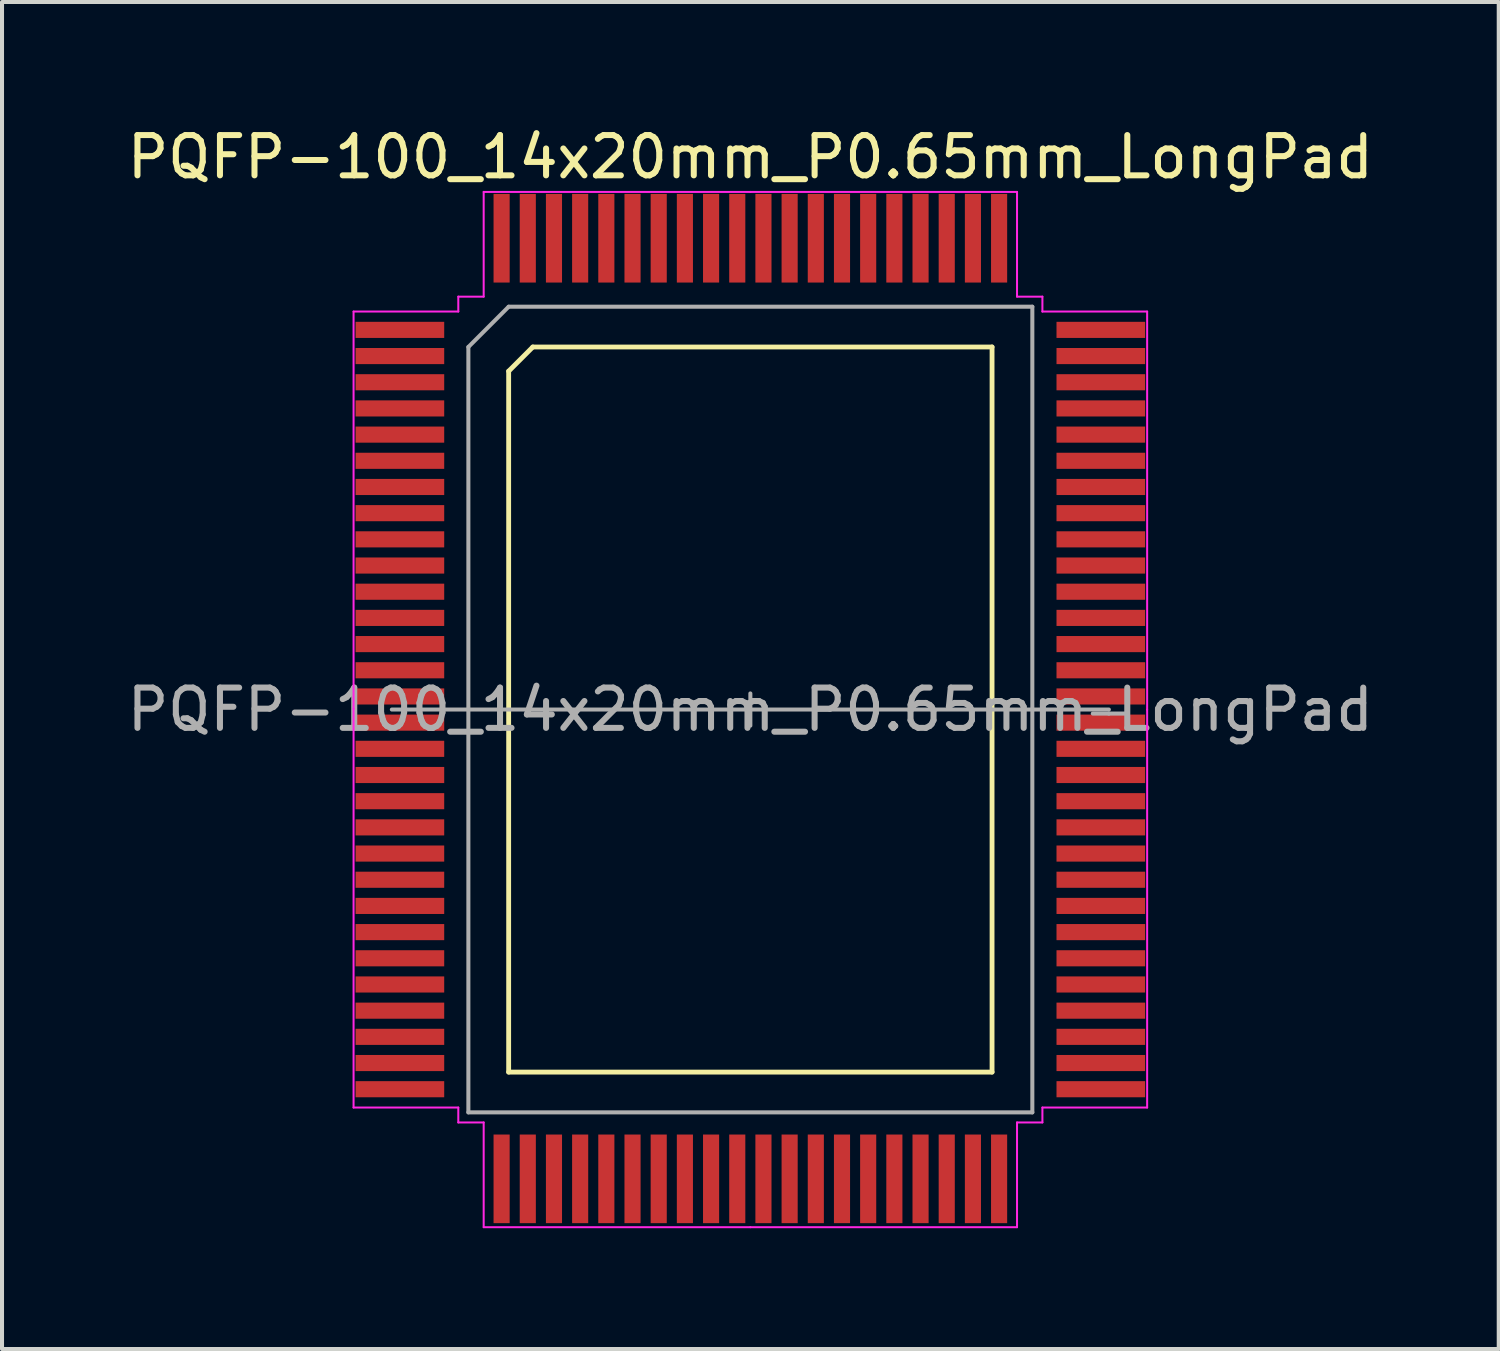
<source format=kicad_pcb>
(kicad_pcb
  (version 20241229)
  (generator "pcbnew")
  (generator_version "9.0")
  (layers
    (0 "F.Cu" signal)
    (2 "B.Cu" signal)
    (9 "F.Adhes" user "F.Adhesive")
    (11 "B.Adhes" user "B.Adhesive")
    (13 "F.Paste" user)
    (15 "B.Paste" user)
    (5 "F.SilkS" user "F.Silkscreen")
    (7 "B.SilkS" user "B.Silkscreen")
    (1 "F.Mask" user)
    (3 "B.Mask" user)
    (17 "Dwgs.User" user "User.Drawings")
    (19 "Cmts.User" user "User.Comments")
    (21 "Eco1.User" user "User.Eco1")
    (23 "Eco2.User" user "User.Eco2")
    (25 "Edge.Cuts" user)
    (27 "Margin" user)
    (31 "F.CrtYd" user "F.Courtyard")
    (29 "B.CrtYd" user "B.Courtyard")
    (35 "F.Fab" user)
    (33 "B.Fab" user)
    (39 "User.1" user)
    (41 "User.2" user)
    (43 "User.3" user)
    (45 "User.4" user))
  (footprint "PQFP-100_14x20mm_P0.65mm_LongPad"
    (layer "F.Cu")
    (at 15.577 14.564)
    (property "Reference" "PQFP-100_14x20mm_P0.65mm_LongPad" (at 0 -13.716 0) (layer "F.SilkS") (effects (font (size 1 1) (thickness 0.15))))
    (attr smd)
    (fp_line (start -6 -8.4) (end -6 9) (stroke (width 0.12) (type default)) (layer "F.SilkS"))
    (fp_line (start -6 9) (end 6 9) (stroke (width 0.12) (type default)) (layer "F.SilkS"))
    (fp_line (start -5.4 -9) (end -6 -8.4) (stroke (width 0.12) (type default)) (layer "F.SilkS"))
    (fp_line (start 6 -9) (end -5.4 -9) (stroke (width 0.12) (type default)) (layer "F.SilkS"))
    (fp_line (start 6 9) (end 6 -9) (stroke (width 0.12) (type default)) (layer "F.SilkS"))
    (fp_line (start -9.85 -9.88) (end -9.85 -0.02) (stroke (width 0.05) (type solid)) (layer "F.CrtYd"))
    (fp_line (start -9.85 9.88) (end -9.85 -0.02) (stroke (width 0.05) (type solid)) (layer "F.CrtYd"))
    (fp_line (start -7.25 -10.25) (end -7.25 -9.88) (stroke (width 0.05) (type solid)) (layer "F.CrtYd"))
    (fp_line (start -7.25 -9.88) (end -9.85 -9.88) (stroke (width 0.05) (type solid)) (layer "F.CrtYd"))
    (fp_line (start -7.25 9.88) (end -9.85 9.88) (stroke (width 0.05) (type solid)) (layer "F.CrtYd"))
    (fp_line (start -7.25 10.25) (end -7.25 9.88) (stroke (width 0.05) (type solid)) (layer "F.CrtYd"))
    (fp_line (start -6.62 -12.85) (end -6.62 -10.25) (stroke (width 0.05) (type solid)) (layer "F.CrtYd"))
    (fp_line (start -6.62 -10.25) (end -7.25 -10.25) (stroke (width 0.05) (type solid)) (layer "F.CrtYd"))
    (fp_line (start -6.62 10.25) (end -7.25 10.25) (stroke (width 0.05) (type solid)) (layer "F.CrtYd"))
    (fp_line (start -6.62 12.85) (end -6.62 10.25) (stroke (width 0.05) (type solid)) (layer "F.CrtYd"))
    (fp_line (start 0 -12.85) (end -6.62 -12.85) (stroke (width 0.05) (type solid)) (layer "F.CrtYd"))
    (fp_line (start 0 -12.85) (end 6.62 -12.85) (stroke (width 0.05) (type solid)) (layer "F.CrtYd"))
    (fp_line (start 0 12.85) (end -6.62 12.85) (stroke (width 0.05) (type solid)) (layer "F.CrtYd"))
    (fp_line (start 0 12.85) (end 6.62 12.85) (stroke (width 0.05) (type solid)) (layer "F.CrtYd"))
    (fp_line (start 6.62 -12.85) (end 6.62 -10.25) (stroke (width 0.05) (type solid)) (layer "F.CrtYd"))
    (fp_line (start 6.62 -10.25) (end 7.25 -10.25) (stroke (width 0.05) (type solid)) (layer "F.CrtYd"))
    (fp_line (start 6.62 10.25) (end 7.25 10.25) (stroke (width 0.05) (type solid)) (layer "F.CrtYd"))
    (fp_line (start 6.62 12.85) (end 6.62 10.25) (stroke (width 0.05) (type solid)) (layer "F.CrtYd"))
    (fp_line (start 7.25 -10.25) (end 7.25 -9.88) (stroke (width 0.05) (type solid)) (layer "F.CrtYd"))
    (fp_line (start 7.25 -9.88) (end 9.85 -9.88) (stroke (width 0.05) (type solid)) (layer "F.CrtYd"))
    (fp_line (start 7.25 9.88) (end 9.85 9.88) (stroke (width 0.05) (type solid)) (layer "F.CrtYd"))
    (fp_line (start 7.25 10.25) (end 7.25 9.88) (stroke (width 0.05) (type solid)) (layer "F.CrtYd"))
    (fp_line (start 9.85 -9.88) (end 9.85 0) (stroke (width 0.05) (type solid)) (layer "F.CrtYd"))
    (fp_line (start 9.85 9.88) (end 9.85 0) (stroke (width 0.05) (type solid)) (layer "F.CrtYd"))
    (fp_line (start -7 -9) (end -6 -10) (stroke (width 0.1) (type solid)) (layer "F.Fab"))
    (fp_line (start -7 10) (end -7 -9) (stroke (width 0.1) (type solid)) (layer "F.Fab"))
    (fp_line (start -6 -10) (end 7 -10) (stroke (width 0.1) (type solid)) (layer "F.Fab"))
    (fp_line (start 0 -0.4) (end 0 0.4) (stroke (width 0.1) (type default)) (layer "F.Fab"))
    (fp_line (start 0 0) (end -8.9 0) (stroke (width 0.1) (type default)) (layer "F.Fab"))
    (fp_line (start 0 0) (end 8.9 0) (stroke (width 0.1) (type default)) (layer "F.Fab"))
    (fp_line (start 7 -10) (end 7 10) (stroke (width 0.1) (type solid)) (layer "F.Fab"))
    (fp_line (start 7 10) (end -7 10) (stroke (width 0.1) (type solid)) (layer "F.Fab"))
    (fp_line (start 8.9 0.1) (end 8.5 0.1) (stroke (width 0.1) (type default)) (layer "F.Fab"))
    (fp_line (start 8.9 0.1) (end 9.3 0.1) (stroke (width 0.1) (type default)) (layer "F.Fab"))
    (fp_text user "${REFERENCE}" (at 0 0 0) (layer "F.Fab") (effects (font (size 1 1) (thickness 0.15))))
    (pad "1" smd rect (at -8.7 -9.425) (size 2.2 0.4) (layers "F.Cu" "F.Mask" "F.Paste"))
    (pad "2" smd rect (at -8.7 -8.775) (size 2.2 0.4) (layers "F.Cu" "F.Mask" "F.Paste"))
    (pad "3" smd rect (at -8.7 -8.125) (size 2.2 0.4) (layers "F.Cu" "F.Mask" "F.Paste"))
    (pad "4" smd rect (at -8.7 -7.475) (size 2.2 0.4) (layers "F.Cu" "F.Mask" "F.Paste"))
    (pad "5" smd rect (at -8.7 -6.825) (size 2.2 0.4) (layers "F.Cu" "F.Mask" "F.Paste"))
    (pad "6" smd rect (at -8.7 -6.175) (size 2.2 0.4) (layers "F.Cu" "F.Mask" "F.Paste"))
    (pad "7" smd rect (at -8.7 -5.525) (size 2.2 0.4) (layers "F.Cu" "F.Mask" "F.Paste"))
    (pad "8" smd rect (at -8.7 -4.875) (size 2.2 0.4) (layers "F.Cu" "F.Mask" "F.Paste"))
    (pad "9" smd rect (at -8.7 -4.225) (size 2.2 0.4) (layers "F.Cu" "F.Mask" "F.Paste"))
    (pad "10" smd rect (at -8.7 -3.575) (size 2.2 0.4) (layers "F.Cu" "F.Mask" "F.Paste"))
    (pad "11" smd rect (at -8.7 -2.925) (size 2.2 0.4) (layers "F.Cu" "F.Mask" "F.Paste"))
    (pad "12" smd rect (at -8.7 -2.275) (size 2.2 0.4) (layers "F.Cu" "F.Mask" "F.Paste"))
    (pad "13" smd rect (at -8.7 -1.625) (size 2.2 0.4) (layers "F.Cu" "F.Mask" "F.Paste"))
    (pad "14" smd rect (at -8.7 -0.975) (size 2.2 0.4) (layers "F.Cu" "F.Mask" "F.Paste"))
    (pad "15" smd rect (at -8.7 -0.325) (size 2.2 0.4) (layers "F.Cu" "F.Mask" "F.Paste"))
    (pad "16" smd rect (at -8.7 0.325) (size 2.2 0.4) (layers "F.Cu" "F.Mask" "F.Paste"))
    (pad "17" smd rect (at -8.7 0.975) (size 2.2 0.4) (layers "F.Cu" "F.Mask" "F.Paste"))
    (pad "18" smd rect (at -8.7 1.625) (size 2.2 0.4) (layers "F.Cu" "F.Mask" "F.Paste"))
    (pad "19" smd rect (at -8.7 2.275) (size 2.2 0.4) (layers "F.Cu" "F.Mask" "F.Paste"))
    (pad "20" smd rect (at -8.7 2.925) (size 2.2 0.4) (layers "F.Cu" "F.Mask" "F.Paste"))
    (pad "21" smd rect (at -8.7 3.575) (size 2.2 0.4) (layers "F.Cu" "F.Mask" "F.Paste"))
    (pad "22" smd rect (at -8.7 4.225) (size 2.2 0.4) (layers "F.Cu" "F.Mask" "F.Paste"))
    (pad "23" smd rect (at -8.7 4.875) (size 2.2 0.4) (layers "F.Cu" "F.Mask" "F.Paste"))
    (pad "24" smd rect (at -8.7 5.525) (size 2.2 0.4) (layers "F.Cu" "F.Mask" "F.Paste"))
    (pad "25" smd rect (at -8.7 6.175) (size 2.2 0.4) (layers "F.Cu" "F.Mask" "F.Paste"))
    (pad "26" smd rect (at -8.7 6.825) (size 2.2 0.4) (layers "F.Cu" "F.Mask" "F.Paste"))
    (pad "27" smd rect (at -8.7 7.475) (size 2.2 0.4) (layers "F.Cu" "F.Mask" "F.Paste"))
    (pad "28" smd rect (at -8.7 8.125) (size 2.2 0.4) (layers "F.Cu" "F.Mask" "F.Paste"))
    (pad "29" smd rect (at -8.7 8.775) (size 2.2 0.4) (layers "F.Cu" "F.Mask" "F.Paste"))
    (pad "30" smd rect (at -8.7 9.425) (size 2.2 0.4) (layers "F.Cu" "F.Mask" "F.Paste"))
    (pad "31" smd rect (at -6.175 11.65) (size 0.4 2.2) (layers "F.Cu" "F.Mask" "F.Paste"))
    (pad "32" smd rect (at -5.525 11.65) (size 0.4 2.2) (layers "F.Cu" "F.Mask" "F.Paste"))
    (pad "33" smd rect (at -4.875 11.65) (size 0.4 2.2) (layers "F.Cu" "F.Mask" "F.Paste"))
    (pad "34" smd rect (at -4.225 11.65) (size 0.4 2.2) (layers "F.Cu" "F.Mask" "F.Paste"))
    (pad "35" smd rect (at -3.575 11.65) (size 0.4 2.2) (layers "F.Cu" "F.Mask" "F.Paste"))
    (pad "36" smd rect (at -2.925 11.65) (size 0.4 2.2) (layers "F.Cu" "F.Mask" "F.Paste"))
    (pad "37" smd rect (at -2.275 11.65) (size 0.4 2.2) (layers "F.Cu" "F.Mask" "F.Paste"))
    (pad "38" smd rect (at -1.625 11.65) (size 0.4 2.2) (layers "F.Cu" "F.Mask" "F.Paste"))
    (pad "39" smd rect (at -0.975 11.65) (size 0.4 2.2) (layers "F.Cu" "F.Mask" "F.Paste"))
    (pad "40" smd rect (at -0.325 11.65) (size 0.4 2.2) (layers "F.Cu" "F.Mask" "F.Paste"))
    (pad "41" smd rect (at 0.325 11.65) (size 0.4 2.2) (layers "F.Cu" "F.Mask" "F.Paste"))
    (pad "42" smd rect (at 0.975 11.65) (size 0.4 2.2) (layers "F.Cu" "F.Mask" "F.Paste"))
    (pad "43" smd rect (at 1.625 11.65) (size 0.4 2.2) (layers "F.Cu" "F.Mask" "F.Paste"))
    (pad "44" smd rect (at 2.275 11.65) (size 0.4 2.2) (layers "F.Cu" "F.Mask" "F.Paste"))
    (pad "45" smd rect (at 2.925 11.65) (size 0.4 2.2) (layers "F.Cu" "F.Mask" "F.Paste"))
    (pad "46" smd rect (at 3.575 11.65) (size 0.4 2.2) (layers "F.Cu" "F.Mask" "F.Paste"))
    (pad "47" smd rect (at 4.225 11.65) (size 0.4 2.2) (layers "F.Cu" "F.Mask" "F.Paste"))
    (pad "48" smd rect (at 4.875 11.65) (size 0.4 2.2) (layers "F.Cu" "F.Mask" "F.Paste"))
    (pad "49" smd rect (at 5.525 11.65) (size 0.4 2.2) (layers "F.Cu" "F.Mask" "F.Paste"))
    (pad "50" smd rect (at 6.175 11.65) (size 0.4 2.2) (layers "F.Cu" "F.Mask" "F.Paste"))
    (pad "51" smd rect (at 8.7 9.425) (size 2.2 0.4) (layers "F.Cu" "F.Mask" "F.Paste"))
    (pad "52" smd rect (at 8.7 8.775) (size 2.2 0.4) (layers "F.Cu" "F.Mask" "F.Paste"))
    (pad "53" smd rect (at 8.7 8.125) (size 2.2 0.4) (layers "F.Cu" "F.Mask" "F.Paste"))
    (pad "54" smd rect (at 8.7 7.475) (size 2.2 0.4) (layers "F.Cu" "F.Mask" "F.Paste"))
    (pad "55" smd rect (at 8.7 6.825) (size 2.2 0.4) (layers "F.Cu" "F.Mask" "F.Paste"))
    (pad "56" smd rect (at 8.7 6.175) (size 2.2 0.4) (layers "F.Cu" "F.Mask" "F.Paste"))
    (pad "57" smd rect (at 8.7 5.525) (size 2.2 0.4) (layers "F.Cu" "F.Mask" "F.Paste"))
    (pad "58" smd rect (at 8.7 4.875) (size 2.2 0.4) (layers "F.Cu" "F.Mask" "F.Paste"))
    (pad "59" smd rect (at 8.7 4.225) (size 2.2 0.4) (layers "F.Cu" "F.Mask" "F.Paste"))
    (pad "60" smd rect (at 8.7 3.575) (size 2.2 0.4) (layers "F.Cu" "F.Mask" "F.Paste"))
    (pad "61" smd rect (at 8.7 2.925) (size 2.2 0.4) (layers "F.Cu" "F.Mask" "F.Paste"))
    (pad "62" smd rect (at 8.7 2.275) (size 2.2 0.4) (layers "F.Cu" "F.Mask" "F.Paste"))
    (pad "63" smd rect (at 8.7 1.625) (size 2.2 0.4) (layers "F.Cu" "F.Mask" "F.Paste"))
    (pad "64" smd rect (at 8.7 0.975) (size 2.2 0.4) (layers "F.Cu" "F.Mask" "F.Paste"))
    (pad "65" smd rect (at 8.7 0.325) (size 2.2 0.4) (layers "F.Cu" "F.Mask" "F.Paste"))
    (pad "66" smd rect (at 8.7 -0.325) (size 2.2 0.4) (layers "F.Cu" "F.Mask" "F.Paste"))
    (pad "67" smd rect (at 8.7 -0.975) (size 2.2 0.4) (layers "F.Cu" "F.Mask" "F.Paste"))
    (pad "68" smd rect (at 8.7 -1.625) (size 2.2 0.4) (layers "F.Cu" "F.Mask" "F.Paste"))
    (pad "69" smd rect (at 8.7 -2.275) (size 2.2 0.4) (layers "F.Cu" "F.Mask" "F.Paste"))
    (pad "70" smd rect (at 8.7 -2.925) (size 2.2 0.4) (layers "F.Cu" "F.Mask" "F.Paste"))
    (pad "71" smd rect (at 8.7 -3.575) (size 2.2 0.4) (layers "F.Cu" "F.Mask" "F.Paste"))
    (pad "72" smd rect (at 8.7 -4.225) (size 2.2 0.4) (layers "F.Cu" "F.Mask" "F.Paste"))
    (pad "73" smd rect (at 8.7 -4.875) (size 2.2 0.4) (layers "F.Cu" "F.Mask" "F.Paste"))
    (pad "74" smd rect (at 8.7 -5.525) (size 2.2 0.4) (layers "F.Cu" "F.Mask" "F.Paste"))
    (pad "75" smd rect (at 8.7 -6.175) (size 2.2 0.4) (layers "F.Cu" "F.Mask" "F.Paste"))
    (pad "76" smd rect (at 8.7 -6.825) (size 2.2 0.4) (layers "F.Cu" "F.Mask" "F.Paste"))
    (pad "77" smd rect (at 8.7 -7.475) (size 2.2 0.4) (layers "F.Cu" "F.Mask" "F.Paste"))
    (pad "78" smd rect (at 8.7 -8.125) (size 2.2 0.4) (layers "F.Cu" "F.Mask" "F.Paste"))
    (pad "79" smd rect (at 8.7 -8.775) (size 2.2 0.4) (layers "F.Cu" "F.Mask" "F.Paste"))
    (pad "80" smd rect (at 8.7 -9.425) (size 2.2 0.4) (layers "F.Cu" "F.Mask" "F.Paste"))
    (pad "81" smd rect (at 6.175 -11.7) (size 0.4 2.2) (layers "F.Cu" "F.Mask" "F.Paste"))
    (pad "82" smd rect (at 5.525 -11.7) (size 0.4 2.2) (layers "F.Cu" "F.Mask" "F.Paste"))
    (pad "83" smd rect (at 4.875 -11.7) (size 0.4 2.2) (layers "F.Cu" "F.Mask" "F.Paste"))
    (pad "84" smd rect (at 4.225 -11.7) (size 0.4 2.2) (layers "F.Cu" "F.Mask" "F.Paste"))
    (pad "85" smd rect (at 3.575 -11.7) (size 0.4 2.2) (layers "F.Cu" "F.Mask" "F.Paste"))
    (pad "86" smd rect (at 2.925 -11.7) (size 0.4 2.2) (layers "F.Cu" "F.Mask" "F.Paste"))
    (pad "87" smd rect (at 2.275 -11.7) (size 0.4 2.2) (layers "F.Cu" "F.Mask" "F.Paste"))
    (pad "88" smd rect (at 1.625 -11.7) (size 0.4 2.2) (layers "F.Cu" "F.Mask" "F.Paste"))
    (pad "89" smd rect (at 0.975 -11.7) (size 0.4 2.2) (layers "F.Cu" "F.Mask" "F.Paste"))
    (pad "90" smd rect (at 0.325 -11.7) (size 0.4 2.2) (layers "F.Cu" "F.Mask" "F.Paste"))
    (pad "91" smd rect (at -0.325 -11.7) (size 0.4 2.2) (layers "F.Cu" "F.Mask" "F.Paste"))
    (pad "92" smd rect (at -0.975 -11.7) (size 0.4 2.2) (layers "F.Cu" "F.Mask" "F.Paste"))
    (pad "93" smd rect (at -1.625 -11.7) (size 0.4 2.2) (layers "F.Cu" "F.Mask" "F.Paste"))
    (pad "94" smd rect (at -2.275 -11.7) (size 0.4 2.2) (layers "F.Cu" "F.Mask" "F.Paste"))
    (pad "95" smd rect (at -2.925 -11.7) (size 0.4 2.2) (layers "F.Cu" "F.Mask" "F.Paste"))
    (pad "96" smd rect (at -3.575 -11.7) (size 0.4 2.2) (layers "F.Cu" "F.Mask" "F.Paste"))
    (pad "97" smd rect (at -4.225 -11.7) (size 0.4 2.2) (layers "F.Cu" "F.Mask" "F.Paste"))
    (pad "98" smd rect (at -4.875 -11.7) (size 0.4 2.2) (layers "F.Cu" "F.Mask" "F.Paste"))
    (pad "99" smd rect (at -5.525 -11.7) (size 0.4 2.2) (layers "F.Cu" "F.Mask" "F.Paste"))
    (pad "100" smd rect (at -6.175 -11.7) (size 0.4 2.2) (layers "F.Cu" "F.Mask" "F.Paste")))
  (gr_rect
    (start -3 -3)
    (end 34.155 30.439)
    (stroke (width 0.1) (type default))
    (fill no)
    (layer "Edge.Cuts")))
</source>
